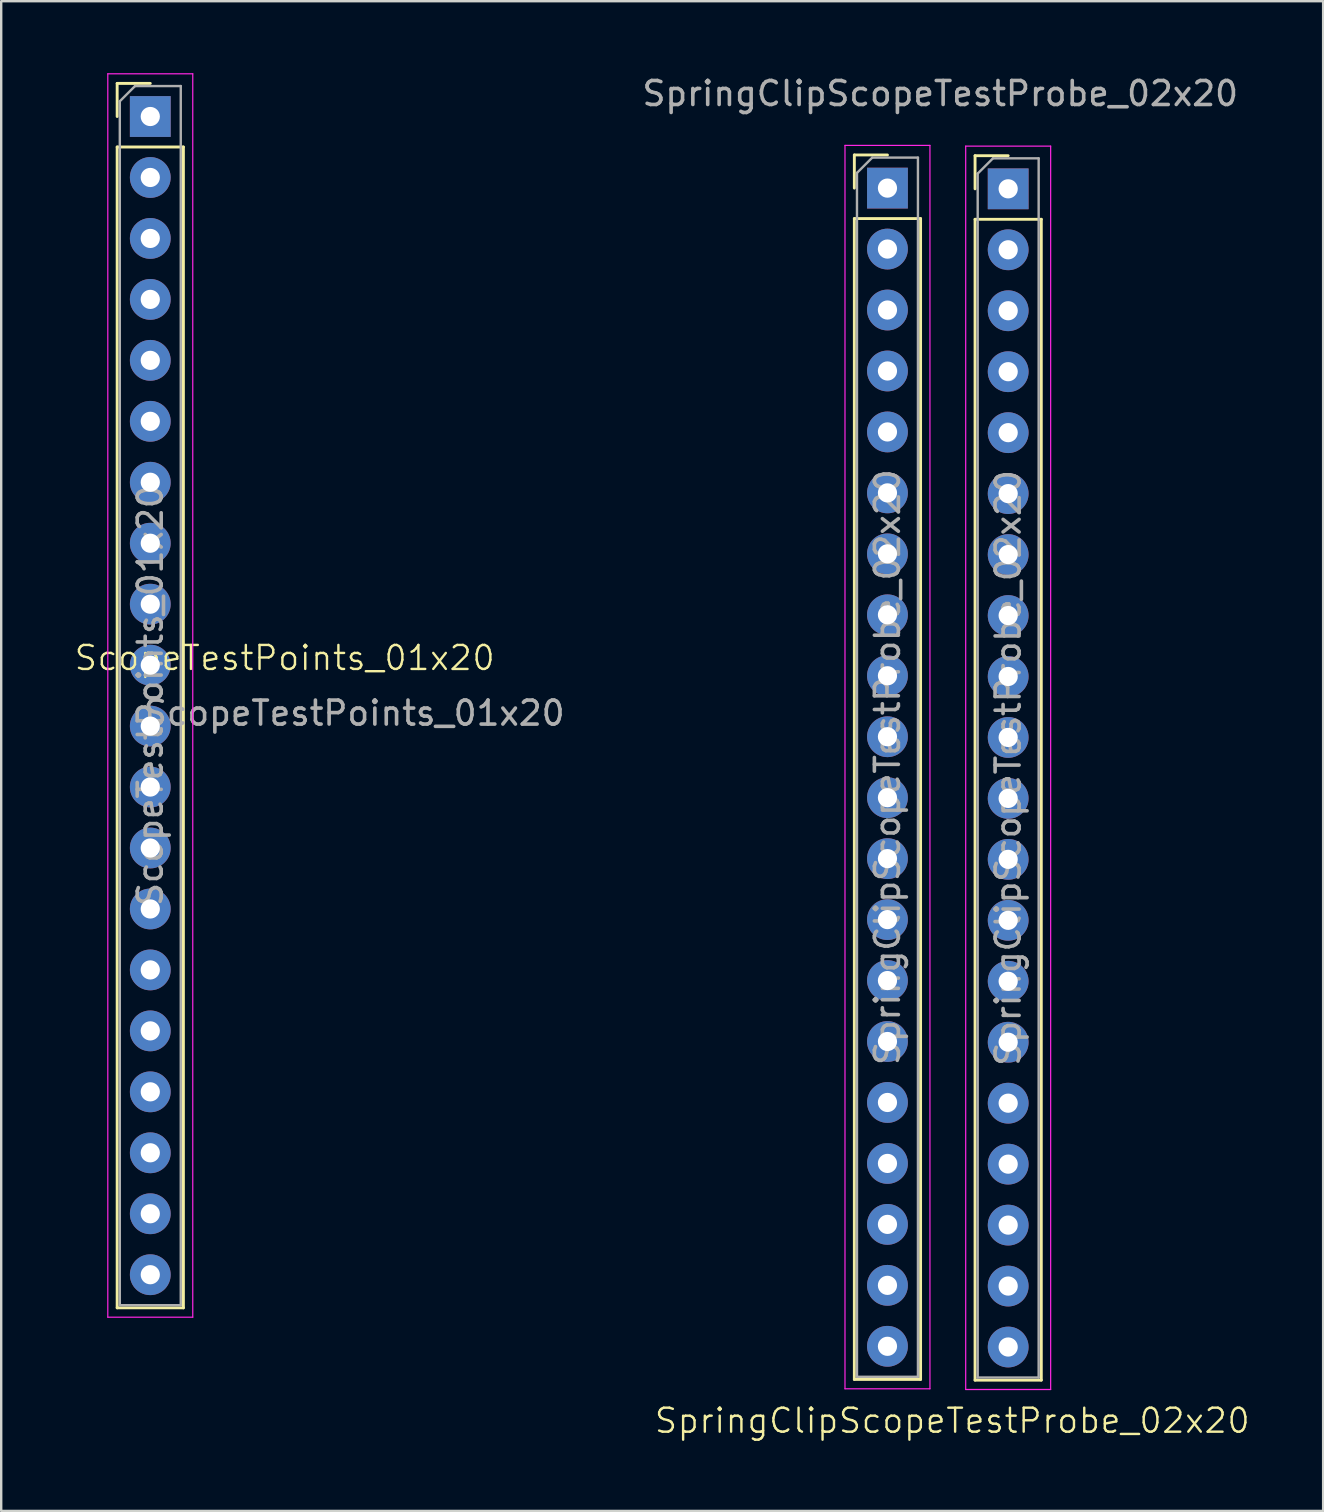
<source format=kicad_pcb>
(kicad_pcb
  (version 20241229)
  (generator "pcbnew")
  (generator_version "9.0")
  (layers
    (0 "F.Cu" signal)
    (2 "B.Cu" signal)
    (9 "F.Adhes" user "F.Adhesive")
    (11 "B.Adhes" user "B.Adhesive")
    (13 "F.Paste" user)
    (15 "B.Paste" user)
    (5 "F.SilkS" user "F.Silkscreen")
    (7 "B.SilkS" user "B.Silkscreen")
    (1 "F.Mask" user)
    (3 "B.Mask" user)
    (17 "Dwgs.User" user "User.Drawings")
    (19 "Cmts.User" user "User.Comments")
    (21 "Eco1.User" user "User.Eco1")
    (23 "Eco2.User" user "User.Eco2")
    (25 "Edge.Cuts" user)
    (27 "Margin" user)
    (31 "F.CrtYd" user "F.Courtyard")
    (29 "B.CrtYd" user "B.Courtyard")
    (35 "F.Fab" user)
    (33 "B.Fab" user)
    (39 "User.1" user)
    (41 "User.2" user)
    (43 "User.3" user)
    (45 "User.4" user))
  (footprint "SpringClipScopeTestProbe_02x20"
    (layer "F.Cu")
    (at 36.429 29.048)
    (property "Reference" "SpringClipScopeTestProbe_02x20" (at 0.2 27.1 0) (unlocked yes) (layer "F.SilkS") (effects (font (size 1 1) (thickness 0.1))))
    (attr smd)
    (fp_line (start -3.88 -25.64) (end -2.5 -25.64) (stroke (width 0.12) (type solid)) (layer "F.SilkS"))
    (fp_line (start -3.88 -24.26) (end -3.88 -25.64) (stroke (width 0.12) (type solid)) (layer "F.SilkS"))
    (fp_line (start -3.88 -22.99) (end -3.88 25.38) (stroke (width 0.12) (type solid)) (layer "F.SilkS"))
    (fp_line (start -3.88 -22.99) (end -1.12 -22.99) (stroke (width 0.12) (type solid)) (layer "F.SilkS"))
    (fp_line (start -3.88 25.38) (end -1.12 25.38) (stroke (width 0.12) (type solid)) (layer "F.SilkS"))
    (fp_line (start -1.12 -22.99) (end -1.12 25.38) (stroke (width 0.12) (type solid)) (layer "F.SilkS"))
    (fp_line (start 1.15 -25.61) (end 2.53 -25.61) (stroke (width 0.12) (type solid)) (layer "F.SilkS"))
    (fp_line (start 1.15 -24.23) (end 1.15 -25.61) (stroke (width 0.12) (type solid)) (layer "F.SilkS"))
    (fp_line (start 1.15 -22.96) (end 1.15 25.41) (stroke (width 0.12) (type solid)) (layer "F.SilkS"))
    (fp_line (start 1.15 -22.96) (end 3.91 -22.96) (stroke (width 0.12) (type solid)) (layer "F.SilkS"))
    (fp_line (start 1.15 25.41) (end 3.91 25.41) (stroke (width 0.12) (type solid)) (layer "F.SilkS"))
    (fp_line (start 3.91 -22.96) (end 3.91 25.41) (stroke (width 0.12) (type solid)) (layer "F.SilkS"))
    (fp_line (start -4.27 -26.04) (end -4.27 25.77) (stroke (width 0.05) (type solid)) (layer "F.CrtYd"))
    (fp_line (start -4.27 25.77) (end -0.73 25.77) (stroke (width 0.05) (type solid)) (layer "F.CrtYd"))
    (fp_line (start -0.73 -26.04) (end -4.27 -26.04) (stroke (width 0.05) (type solid)) (layer "F.CrtYd"))
    (fp_line (start -0.73 25.77) (end -0.73 -26.04) (stroke (width 0.05) (type solid)) (layer "F.CrtYd"))
    (fp_line (start 0.76 -26.01) (end 0.76 25.8) (stroke (width 0.05) (type solid)) (layer "F.CrtYd"))
    (fp_line (start 0.76 25.8) (end 4.3 25.8) (stroke (width 0.05) (type solid)) (layer "F.CrtYd"))
    (fp_line (start 4.3 -26.01) (end 0.76 -26.01) (stroke (width 0.05) (type solid)) (layer "F.CrtYd"))
    (fp_line (start 4.3 25.8) (end 4.3 -26.01) (stroke (width 0.05) (type solid)) (layer "F.CrtYd"))
    (fp_line (start -3.77 -24.895) (end -3.135 -25.53) (stroke (width 0.1) (type solid)) (layer "F.Fab"))
    (fp_line (start -3.77 25.27) (end -3.77 -24.895) (stroke (width 0.1) (type solid)) (layer "F.Fab"))
    (fp_line (start -3.135 -25.53) (end -1.23 -25.53) (stroke (width 0.1) (type solid)) (layer "F.Fab"))
    (fp_line (start -1.23 -25.53) (end -1.23 25.27) (stroke (width 0.1) (type solid)) (layer "F.Fab"))
    (fp_line (start -1.23 25.27) (end -3.77 25.27) (stroke (width 0.1) (type solid)) (layer "F.Fab"))
    (fp_line (start 1.26 -24.865) (end 1.895 -25.5) (stroke (width 0.1) (type solid)) (layer "F.Fab"))
    (fp_line (start 1.26 25.3) (end 1.26 -24.865) (stroke (width 0.1) (type solid)) (layer "F.Fab"))
    (fp_line (start 1.895 -25.5) (end 3.8 -25.5) (stroke (width 0.1) (type solid)) (layer "F.Fab"))
    (fp_line (start 3.8 -25.5) (end 3.8 25.3) (stroke (width 0.1) (type solid)) (layer "F.Fab"))
    (fp_line (start 3.8 25.3) (end 1.26 25.3) (stroke (width 0.1) (type solid)) (layer "F.Fab"))
    (fp_text user "${REFERENCE}" (at 2.53 -0.1 90) (layer "F.Fab") (effects (font (size 1 1) (thickness 0.15))))
    (fp_text user "${REFERENCE}" (at -2.5 -0.13 90) (layer "F.Fab") (effects (font (size 1 1) (thickness 0.15))))
    (fp_text user "${REFERENCE}" (at -0.3 -28.2 0) (unlocked yes) (layer "F.Fab") (effects (font (size 1 1) (thickness 0.15))))
    (pad "1" thru_hole rect (at -2.5 -24.26) (size 1.7 1.7) (drill 0.8) (layers "*.Cu" "*.Mask"))
    (pad "1" thru_hole rect (at 2.53 -24.23) (size 1.7 1.7) (drill 0.8) (layers "*.Cu" "*.Mask"))
    (pad "2" thru_hole circle (at -2.5 -21.72) (size 1.7 1.7) (drill 0.8) (layers "*.Cu" "*.Mask"))
    (pad "2" thru_hole circle (at 2.53 -21.69) (size 1.7 1.7) (drill 0.8) (layers "*.Cu" "*.Mask"))
    (pad "3" thru_hole circle (at -2.5 -19.18) (size 1.7 1.7) (drill 0.8) (layers "*.Cu" "*.Mask"))
    (pad "3" thru_hole circle (at 2.53 -19.15) (size 1.7 1.7) (drill 0.8) (layers "*.Cu" "*.Mask"))
    (pad "4" thru_hole circle (at -2.5 -16.64) (size 1.7 1.7) (drill 0.8) (layers "*.Cu" "*.Mask"))
    (pad "4" thru_hole circle (at 2.53 -16.61) (size 1.7 1.7) (drill 0.8) (layers "*.Cu" "*.Mask"))
    (pad "5" thru_hole circle (at -2.5 -14.1) (size 1.7 1.7) (drill 0.8) (layers "*.Cu" "*.Mask"))
    (pad "5" thru_hole circle (at 2.53 -14.07) (size 1.7 1.7) (drill 0.8) (layers "*.Cu" "*.Mask"))
    (pad "6" thru_hole circle (at -2.5 -11.56) (size 1.7 1.7) (drill 0.8) (layers "*.Cu" "*.Mask"))
    (pad "6" thru_hole circle (at 2.53 -11.53) (size 1.7 1.7) (drill 0.8) (layers "*.Cu" "*.Mask"))
    (pad "7" thru_hole circle (at -2.5 -9.02) (size 1.7 1.7) (drill 0.8) (layers "*.Cu" "*.Mask"))
    (pad "7" thru_hole circle (at 2.53 -8.99) (size 1.7 1.7) (drill 0.8) (layers "*.Cu" "*.Mask"))
    (pad "8" thru_hole circle (at -2.5 -6.48) (size 1.7 1.7) (drill 0.8) (layers "*.Cu" "*.Mask"))
    (pad "8" thru_hole circle (at 2.53 -6.45) (size 1.7 1.7) (drill 0.8) (layers "*.Cu" "*.Mask"))
    (pad "9" thru_hole circle (at -2.5 -3.94) (size 1.7 1.7) (drill 0.8) (layers "*.Cu" "*.Mask"))
    (pad "9" thru_hole circle (at 2.53 -3.91) (size 1.7 1.7) (drill 0.8) (layers "*.Cu" "*.Mask"))
    (pad "10" thru_hole circle (at -2.5 -1.4) (size 1.7 1.7) (drill 0.8) (layers "*.Cu" "*.Mask"))
    (pad "10" thru_hole circle (at 2.53 -1.37) (size 1.7 1.7) (drill 0.8) (layers "*.Cu" "*.Mask"))
    (pad "11" thru_hole circle (at -2.5 1.14) (size 1.7 1.7) (drill 0.8) (layers "*.Cu" "*.Mask"))
    (pad "11" thru_hole circle (at 2.53 1.17) (size 1.7 1.7) (drill 0.8) (layers "*.Cu" "*.Mask"))
    (pad "12" thru_hole circle (at -2.5 3.68) (size 1.7 1.7) (drill 0.8) (layers "*.Cu" "*.Mask"))
    (pad "12" thru_hole circle (at 2.53 3.71) (size 1.7 1.7) (drill 0.8) (layers "*.Cu" "*.Mask"))
    (pad "13" thru_hole circle (at -2.5 6.22) (size 1.7 1.7) (drill 0.8) (layers "*.Cu" "*.Mask"))
    (pad "13" thru_hole circle (at 2.53 6.25) (size 1.7 1.7) (drill 0.8) (layers "*.Cu" "*.Mask"))
    (pad "14" thru_hole circle (at -2.5 8.76) (size 1.7 1.7) (drill 0.8) (layers "*.Cu" "*.Mask"))
    (pad "14" thru_hole circle (at 2.53 8.79) (size 1.7 1.7) (drill 0.8) (layers "*.Cu" "*.Mask"))
    (pad "15" thru_hole circle (at -2.5 11.3) (size 1.7 1.7) (drill 0.8) (layers "*.Cu" "*.Mask"))
    (pad "15" thru_hole circle (at 2.53 11.33) (size 1.7 1.7) (drill 0.8) (layers "*.Cu" "*.Mask"))
    (pad "16" thru_hole circle (at -2.5 13.84) (size 1.7 1.7) (drill 0.8) (layers "*.Cu" "*.Mask"))
    (pad "16" thru_hole circle (at 2.53 13.87) (size 1.7 1.7) (drill 0.8) (layers "*.Cu" "*.Mask"))
    (pad "17" thru_hole circle (at -2.5 16.38) (size 1.7 1.7) (drill 0.8) (layers "*.Cu" "*.Mask"))
    (pad "17" thru_hole circle (at 2.53 16.41) (size 1.7 1.7) (drill 0.8) (layers "*.Cu" "*.Mask"))
    (pad "18" thru_hole circle (at -2.5 18.92) (size 1.7 1.7) (drill 0.8) (layers "*.Cu" "*.Mask"))
    (pad "18" thru_hole circle (at 2.53 18.95) (size 1.7 1.7) (drill 0.8) (layers "*.Cu" "*.Mask"))
    (pad "19" thru_hole circle (at -2.5 21.46) (size 1.7 1.7) (drill 0.8) (layers "*.Cu" "*.Mask"))
    (pad "19" thru_hole circle (at 2.53 21.49) (size 1.7 1.7) (drill 0.8) (layers "*.Cu" "*.Mask"))
    (pad "20" thru_hole circle (at -2.5 24) (size 1.7 1.7) (drill 0.8) (layers "*.Cu" "*.Mask"))
    (pad "20" thru_hole circle (at 2.53 24.03) (size 1.7 1.7) (drill 0.8) (layers "*.Cu" "*.Mask")))
  (footprint "ScopeTestPoints_01x20"
    (layer "F.Cu")
    (at 3.112 25.965)
    (property "Reference" "ScopeTestPoints_01x20" (at 5.7 -1.6 0) (unlocked yes) (layer "F.SilkS") (effects (font (size 1 1) (thickness 0.1))))
    (attr smd)
    (fp_line (start -1.28 -25.54) (end 0.1 -25.54) (stroke (width 0.12) (type solid)) (layer "F.SilkS"))
    (fp_line (start -1.28 -24.16) (end -1.28 -25.54) (stroke (width 0.12) (type solid)) (layer "F.SilkS"))
    (fp_line (start -1.28 -22.89) (end -1.28 25.48) (stroke (width 0.12) (type solid)) (layer "F.SilkS"))
    (fp_line (start -1.28 -22.89) (end 1.48 -22.89) (stroke (width 0.12) (type solid)) (layer "F.SilkS"))
    (fp_line (start -1.28 25.48) (end 1.48 25.48) (stroke (width 0.12) (type solid)) (layer "F.SilkS"))
    (fp_line (start 1.48 -22.89) (end 1.48 25.48) (stroke (width 0.12) (type solid)) (layer "F.SilkS"))
    (fp_line (start -1.67 -25.94) (end -1.67 25.87) (stroke (width 0.05) (type solid)) (layer "F.CrtYd"))
    (fp_line (start -1.67 25.87) (end 1.87 25.87) (stroke (width 0.05) (type solid)) (layer "F.CrtYd"))
    (fp_line (start 1.87 -25.94) (end -1.67 -25.94) (stroke (width 0.05) (type solid)) (layer "F.CrtYd"))
    (fp_line (start 1.87 25.87) (end 1.87 -25.94) (stroke (width 0.05) (type solid)) (layer "F.CrtYd"))
    (fp_line (start -1.17 -24.795) (end -0.535 -25.43) (stroke (width 0.1) (type solid)) (layer "F.Fab"))
    (fp_line (start -1.17 25.37) (end -1.17 -24.795) (stroke (width 0.1) (type solid)) (layer "F.Fab"))
    (fp_line (start -0.535 -25.43) (end 1.37 -25.43) (stroke (width 0.1) (type solid)) (layer "F.Fab"))
    (fp_line (start 1.37 -25.43) (end 1.37 25.37) (stroke (width 0.1) (type solid)) (layer "F.Fab"))
    (fp_line (start 1.37 25.37) (end -1.17 25.37) (stroke (width 0.1) (type solid)) (layer "F.Fab"))
    (fp_text user "${REFERENCE}" (at 8.6 0.7 0) (unlocked yes) (layer "F.Fab") (effects (font (size 1 1) (thickness 0.15))))
    (fp_text user "${REFERENCE}" (at 0.1 -0.03 90) (layer "F.Fab") (effects (font (size 1 1) (thickness 0.15))))
    (pad "1" thru_hole rect (at 0.1 -24.16) (size 1.7 1.7) (drill 0.8) (layers "*.Cu" "*.Mask"))
    (pad "2" thru_hole circle (at 0.1 -21.62) (size 1.7 1.7) (drill 0.8) (layers "*.Cu" "*.Mask"))
    (pad "3" thru_hole circle (at 0.1 -19.08) (size 1.7 1.7) (drill 0.8) (layers "*.Cu" "*.Mask"))
    (pad "4" thru_hole circle (at 0.1 -16.54) (size 1.7 1.7) (drill 0.8) (layers "*.Cu" "*.Mask"))
    (pad "5" thru_hole circle (at 0.1 -14) (size 1.7 1.7) (drill 0.8) (layers "*.Cu" "*.Mask"))
    (pad "6" thru_hole circle (at 0.1 -11.46) (size 1.7 1.7) (drill 0.8) (layers "*.Cu" "*.Mask"))
    (pad "7" thru_hole circle (at 0.1 -8.92) (size 1.7 1.7) (drill 0.8) (layers "*.Cu" "*.Mask"))
    (pad "8" thru_hole circle (at 0.1 -6.38) (size 1.7 1.7) (drill 0.8) (layers "*.Cu" "*.Mask"))
    (pad "9" thru_hole circle (at 0.1 -3.84) (size 1.7 1.7) (drill 0.8) (layers "*.Cu" "*.Mask"))
    (pad "10" thru_hole circle (at 0.1 -1.3) (size 1.7 1.7) (drill 0.8) (layers "*.Cu" "*.Mask"))
    (pad "11" thru_hole circle (at 0.1 1.24) (size 1.7 1.7) (drill 0.8) (layers "*.Cu" "*.Mask"))
    (pad "12" thru_hole circle (at 0.1 3.78) (size 1.7 1.7) (drill 0.8) (layers "*.Cu" "*.Mask"))
    (pad "13" thru_hole circle (at 0.1 6.32) (size 1.7 1.7) (drill 0.8) (layers "*.Cu" "*.Mask"))
    (pad "14" thru_hole circle (at 0.1 8.86) (size 1.7 1.7) (drill 0.8) (layers "*.Cu" "*.Mask"))
    (pad "15" thru_hole circle (at 0.1 11.4) (size 1.7 1.7) (drill 0.8) (layers "*.Cu" "*.Mask"))
    (pad "16" thru_hole circle (at 0.1 13.94) (size 1.7 1.7) (drill 0.8) (layers "*.Cu" "*.Mask"))
    (pad "17" thru_hole circle (at 0.1 16.48) (size 1.7 1.7) (drill 0.8) (layers "*.Cu" "*.Mask"))
    (pad "18" thru_hole circle (at 0.1 19.02) (size 1.7 1.7) (drill 0.8) (layers "*.Cu" "*.Mask"))
    (pad "19" thru_hole circle (at 0.1 21.56) (size 1.7 1.7) (drill 0.8) (layers "*.Cu" "*.Mask"))
    (pad "20" thru_hole circle (at 0.1 24.1) (size 1.7 1.7) (drill 0.8) (layers "*.Cu" "*.Mask")))
  (gr_rect
    (start -3 -3)
    (end 52.083 59.909)
    (stroke (width 0.1) (type default))
    (fill no)
    (layer "Edge.Cuts")))
</source>
